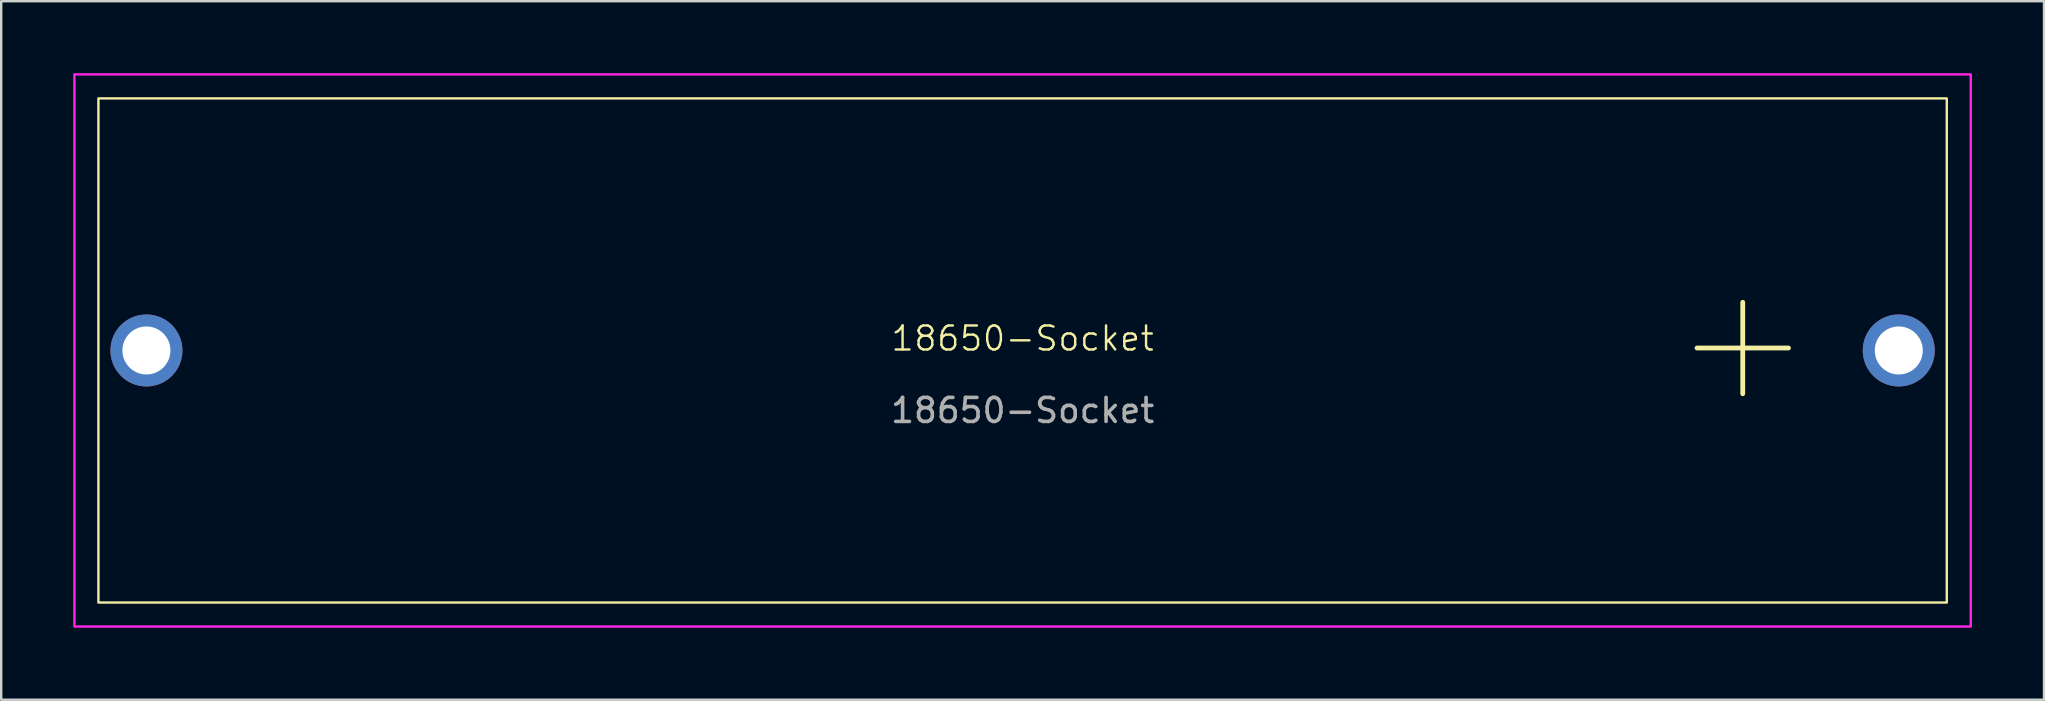
<source format=kicad_pcb>
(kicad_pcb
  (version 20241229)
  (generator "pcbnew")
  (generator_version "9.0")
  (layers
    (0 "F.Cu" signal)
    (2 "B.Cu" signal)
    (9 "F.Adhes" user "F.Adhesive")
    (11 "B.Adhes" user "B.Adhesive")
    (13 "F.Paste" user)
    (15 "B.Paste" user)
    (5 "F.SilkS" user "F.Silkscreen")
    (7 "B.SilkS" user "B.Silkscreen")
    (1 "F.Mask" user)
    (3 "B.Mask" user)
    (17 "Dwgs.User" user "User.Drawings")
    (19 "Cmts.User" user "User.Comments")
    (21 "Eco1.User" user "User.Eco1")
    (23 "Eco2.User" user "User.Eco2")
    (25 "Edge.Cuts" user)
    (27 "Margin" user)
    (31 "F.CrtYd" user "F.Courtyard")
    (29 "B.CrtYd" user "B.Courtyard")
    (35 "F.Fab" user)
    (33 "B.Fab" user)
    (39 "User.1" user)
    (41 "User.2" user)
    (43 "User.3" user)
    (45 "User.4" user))
  (footprint "18650-Socket"
    (layer "F.Cu")
    (at 39.55 11.55)
    (property "Reference" "18650-Socket" (at 0 -0.5 0) (unlocked yes) (layer "F.SilkS") (effects (font (size 1 1) (thickness 0.1))))
    (attr through_hole)
    (fp_rect (start -38.5 -10.5) (end 38.5 10.5) (stroke (width 0.1) (type default)) (fill no) (layer "F.SilkS"))
    (fp_rect (start 39.5 -11.5) (end -39.5 11.5) (stroke (width 0.1) (type default)) (fill no) (layer "F.CrtYd"))
    (fp_text user "+" (at 30 -0.5 0) (unlocked yes) (layer "F.SilkS") (effects (font (size 5 5) (thickness 0.2) (bold yes))))
    (fp_text user "${REFERENCE}" (at 0 2.5 0) (unlocked yes) (layer "F.Fab") (effects (font (size 1 1) (thickness 0.15))))
    (pad "1" thru_hole circle (at 36.5 0) (size 3 3) (drill 2) (layers "*.Cu" "*.Mask"))
    (pad "2" thru_hole circle (at -36.5 0) (size 3 3) (drill 2) (layers "*.Cu" "*.Mask")))
  (gr_rect
    (start -3 -3)
    (end 82.1 26.1)
    (stroke (width 0.1) (type default))
    (fill no)
    (layer "Edge.Cuts")))
</source>
